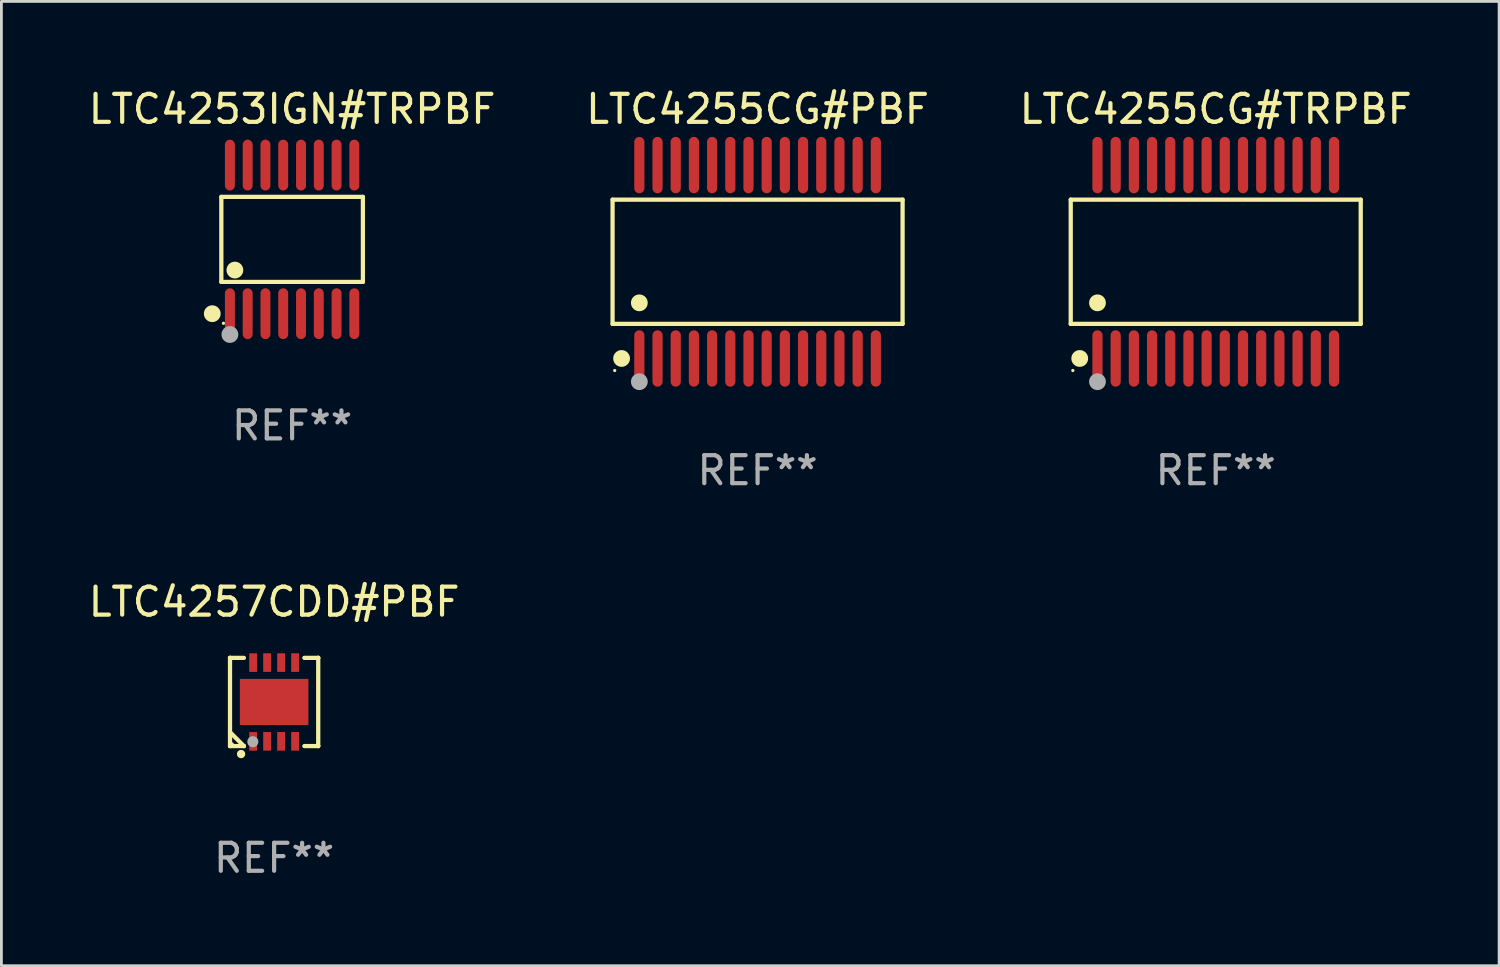
<source format=kicad_pcb>
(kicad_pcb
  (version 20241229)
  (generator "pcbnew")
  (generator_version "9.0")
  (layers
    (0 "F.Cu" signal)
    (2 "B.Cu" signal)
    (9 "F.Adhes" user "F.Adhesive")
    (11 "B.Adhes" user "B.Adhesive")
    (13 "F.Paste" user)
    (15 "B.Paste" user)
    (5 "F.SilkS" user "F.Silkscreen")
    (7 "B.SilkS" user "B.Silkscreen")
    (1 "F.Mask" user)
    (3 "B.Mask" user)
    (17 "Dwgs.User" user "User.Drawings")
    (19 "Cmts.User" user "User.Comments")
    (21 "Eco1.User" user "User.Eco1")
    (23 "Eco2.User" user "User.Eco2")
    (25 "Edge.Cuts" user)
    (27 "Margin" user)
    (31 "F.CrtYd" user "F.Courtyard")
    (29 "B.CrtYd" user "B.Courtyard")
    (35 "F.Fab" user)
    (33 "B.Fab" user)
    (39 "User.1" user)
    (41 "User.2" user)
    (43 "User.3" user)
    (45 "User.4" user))
  (footprint "LTC4257CDD#PBF"
    (layer "F.Cu")
    (at 6.744 22.031)
    (property "Reference" "LTC4257CDD#PBF" (at 0 -3.576 0) (layer "F.SilkS") (effects (font (size 1 1) (thickness 0.15))))
    (attr through_hole)
    (fp_line (start -1.576 -1.576) (end -1.576 -1.576) (stroke (width 0.152) (type solid)) (layer "F.SilkS"))
    (fp_line (start -1.576 -1.576) (end -1.08 -1.576) (stroke (width 0.152) (type solid)) (layer "F.SilkS"))
    (fp_line (start -1.576 1.576) (end -1.576 -1.576) (stroke (width 0.152) (type solid)) (layer "F.SilkS"))
    (fp_line (start -1.576 1.576) (end -1.576 1.576) (stroke (width 0.152) (type solid)) (layer "F.SilkS"))
    (fp_line (start -1.08 1.575) (end -1.576 1.079) (stroke (width 0.152) (type solid)) (layer "F.SilkS"))
    (fp_line (start -1.08 1.576) (end -1.576 1.576) (stroke (width 0.152) (type solid)) (layer "F.SilkS"))
    (fp_line (start -1.08 1.576) (end -1.08 1.575) (stroke (width 0.152) (type solid)) (layer "F.SilkS"))
    (fp_line (start 1.08 1.576) (end 1.576 1.576) (stroke (width 0.152) (type solid)) (layer "F.SilkS"))
    (fp_line (start 1.576 -1.576) (end 1.08 -1.576) (stroke (width 0.152) (type solid)) (layer "F.SilkS"))
    (fp_line (start 1.576 -1.576) (end 1.576 -1.576) (stroke (width 0.152) (type solid)) (layer "F.SilkS"))
    (fp_line (start 1.576 1.576) (end 1.576 -1.576) (stroke (width 0.152) (type solid)) (layer "F.SilkS"))
    (fp_line (start 1.576 1.576) (end 1.576 1.576) (stroke (width 0.152) (type solid)) (layer "F.SilkS"))
    (fp_circle (center -1.5 1.5) (end -1.47 1.5) (stroke (width 0.06) (type solid)) (fill no) (layer "F.SilkS"))
    (fp_circle (center -1.18 1.86) (end -1.105 1.86) (stroke (width 0.15) (type solid)) (fill no) (layer "F.SilkS"))
    (fp_circle (center -0.76 1.42) (end -0.66 1.42) (stroke (width 0.2) (type solid)) (fill no) (layer "F.Fab"))
    (fp_text user "REF**" (at 0 5.576 0) (layer "F.Fab") (effects (font (size 1 1) (thickness 0.15))))
    (pad "1" smd rect (at -0.75 1.407) (size 0.28 0.665) (layers "F.Cu" "F.Mask" "F.Paste"))
    (pad "2" smd rect (at -0.25 1.407) (size 0.28 0.665) (layers "F.Cu" "F.Mask" "F.Paste"))
    (pad "3" smd rect (at 0.25 1.407) (size 0.28 0.665) (layers "F.Cu" "F.Mask" "F.Paste"))
    (pad "4" smd rect (at 0.75 1.407) (size 0.28 0.665) (layers "F.Cu" "F.Mask" "F.Paste"))
    (pad "5" smd rect (at 0.75 -1.407) (size 0.28 0.665) (layers "F.Cu" "F.Mask" "F.Paste"))
    (pad "6" smd rect (at 0.25 -1.407) (size 0.28 0.665) (layers "F.Cu" "F.Mask" "F.Paste"))
    (pad "7" smd rect (at -0.25 -1.407) (size 0.28 0.665) (layers "F.Cu" "F.Mask" "F.Paste"))
    (pad "8" smd rect (at -0.75 -1.407) (size 0.28 0.665) (layers "F.Cu" "F.Mask" "F.Paste"))
    (pad "9" smd rect (at 0 0) (size 2.45 1.65) (layers "F.Cu" "F.Mask" "F.Paste")))
  (footprint "LTC4255CG#TRPBF"
    (layer "F.Cu")
    (at 40.387 6.303)
    (property "Reference" "LTC4255CG#TRPBF" (at 0 -5.455 0) (layer "F.SilkS") (effects (font (size 1 1) (thickness 0.15))))
    (attr through_hole)
    (fp_line (start -5.181 -2.219) (end 5.181 -2.219) (stroke (width 0.152) (type solid)) (layer "F.SilkS"))
    (fp_line (start -5.181 2.219) (end -5.181 -2.219) (stroke (width 0.152) (type solid)) (layer "F.SilkS"))
    (fp_line (start 5.181 -2.219) (end 5.181 2.219) (stroke (width 0.152) (type solid)) (layer "F.SilkS"))
    (fp_line (start 5.181 2.219) (end -5.181 2.219) (stroke (width 0.152) (type solid)) (layer "F.SilkS"))
    (fp_circle (center -5.105 3.885) (end -5.075 3.885) (stroke (width 0.06) (type solid)) (fill no) (layer "F.SilkS"))
    (fp_circle (center -4.859 3.455) (end -4.709 3.455) (stroke (width 0.3) (type solid)) (fill no) (layer "F.SilkS"))
    (fp_circle (center -4.225 1.467) (end -4.075 1.467) (stroke (width 0.3) (type solid)) (fill no) (layer "F.SilkS"))
    (fp_circle (center -4.225 4.285) (end -4.075 4.285) (stroke (width 0.3) (type solid)) (fill no) (layer "F.Fab"))
    (fp_text user "REF**" (at 0 7.455 0) (layer "F.Fab") (effects (font (size 1 1) (thickness 0.15))))
    (pad "1" smd oval (at -4.225 3.455) (size 0.364 2.015) (layers "F.Cu" "F.Mask" "F.Paste"))
    (pad "2" smd oval (at -3.575 3.455) (size 0.364 2.015) (layers "F.Cu" "F.Mask" "F.Paste"))
    (pad "3" smd oval (at -2.925 3.455) (size 0.364 2.015) (layers "F.Cu" "F.Mask" "F.Paste"))
    (pad "4" smd oval (at -2.275 3.455) (size 0.364 2.015) (layers "F.Cu" "F.Mask" "F.Paste"))
    (pad "5" smd oval (at -1.625 3.455) (size 0.364 2.015) (layers "F.Cu" "F.Mask" "F.Paste"))
    (pad "6" smd oval (at -0.975 3.455) (size 0.364 2.015) (layers "F.Cu" "F.Mask" "F.Paste"))
    (pad "7" smd oval (at -0.325 3.455) (size 0.364 2.015) (layers "F.Cu" "F.Mask" "F.Paste"))
    (pad "8" smd oval (at 0.325 3.455) (size 0.364 2.015) (layers "F.Cu" "F.Mask" "F.Paste"))
    (pad "9" smd oval (at 0.975 3.455) (size 0.364 2.015) (layers "F.Cu" "F.Mask" "F.Paste"))
    (pad "10" smd oval (at 1.625 3.455) (size 0.364 2.015) (layers "F.Cu" "F.Mask" "F.Paste"))
    (pad "11" smd oval (at 2.275 3.455) (size 0.364 2.015) (layers "F.Cu" "F.Mask" "F.Paste"))
    (pad "12" smd oval (at 2.925 3.455) (size 0.364 2.015) (layers "F.Cu" "F.Mask" "F.Paste"))
    (pad "13" smd oval (at 3.575 3.455) (size 0.364 2.015) (layers "F.Cu" "F.Mask" "F.Paste"))
    (pad "14" smd oval (at 4.225 3.455) (size 0.364 2.015) (layers "F.Cu" "F.Mask" "F.Paste"))
    (pad "15" smd oval (at 4.225 -3.455) (size 0.364 2.015) (layers "F.Cu" "F.Mask" "F.Paste"))
    (pad "16" smd oval (at 3.575 -3.455) (size 0.364 2.015) (layers "F.Cu" "F.Mask" "F.Paste"))
    (pad "17" smd oval (at 2.925 -3.455) (size 0.364 2.015) (layers "F.Cu" "F.Mask" "F.Paste"))
    (pad "18" smd oval (at 2.275 -3.455) (size 0.364 2.015) (layers "F.Cu" "F.Mask" "F.Paste"))
    (pad "19" smd oval (at 1.625 -3.455) (size 0.364 2.015) (layers "F.Cu" "F.Mask" "F.Paste"))
    (pad "20" smd oval (at 0.975 -3.455) (size 0.364 2.015) (layers "F.Cu" "F.Mask" "F.Paste"))
    (pad "21" smd oval (at 0.325 -3.455) (size 0.364 2.015) (layers "F.Cu" "F.Mask" "F.Paste"))
    (pad "22" smd oval (at -0.325 -3.455) (size 0.364 2.015) (layers "F.Cu" "F.Mask" "F.Paste"))
    (pad "23" smd oval (at -0.975 -3.455) (size 0.364 2.015) (layers "F.Cu" "F.Mask" "F.Paste"))
    (pad "24" smd oval (at -1.625 -3.455) (size 0.364 2.015) (layers "F.Cu" "F.Mask" "F.Paste"))
    (pad "25" smd oval (at -2.275 -3.455) (size 0.364 2.015) (layers "F.Cu" "F.Mask" "F.Paste"))
    (pad "26" smd oval (at -2.925 -3.455) (size 0.364 2.015) (layers "F.Cu" "F.Mask" "F.Paste"))
    (pad "27" smd oval (at -3.575 -3.455) (size 0.364 2.015) (layers "F.Cu" "F.Mask" "F.Paste"))
    (pad "28" smd oval (at -4.225 -3.455) (size 0.364 2.015) (layers "F.Cu" "F.Mask" "F.Paste")))
  (footprint "LTC4253IGN#TRPBF"
    (layer "F.Cu")
    (at 7.387 5.503)
    (property "Reference" "LTC4253IGN#TRPBF" (at 0 -4.655 0) (layer "F.SilkS") (effects (font (size 1 1) (thickness 0.15))))
    (attr through_hole)
    (fp_line (start -2.529 -1.519) (end 2.529 -1.519) (stroke (width 0.152) (type solid)) (layer "F.SilkS"))
    (fp_line (start -2.529 1.519) (end -2.529 -1.519) (stroke (width 0.152) (type solid)) (layer "F.SilkS"))
    (fp_line (start 2.529 -1.519) (end 2.529 1.519) (stroke (width 0.152) (type solid)) (layer "F.SilkS"))
    (fp_line (start 2.529 1.519) (end -2.529 1.519) (stroke (width 0.152) (type solid)) (layer "F.SilkS"))
    (fp_circle (center -2.853 2.655) (end -2.703 2.655) (stroke (width 0.3) (type solid)) (fill no) (layer "F.SilkS"))
    (fp_circle (center -2.453 2.998) (end -2.423 2.998) (stroke (width 0.06) (type solid)) (fill no) (layer "F.SilkS"))
    (fp_circle (center -2.045 1.097) (end -1.895 1.097) (stroke (width 0.3) (type solid)) (fill no) (layer "F.SilkS"))
    (fp_circle (center -2.223 3.398) (end -2.072 3.398) (stroke (width 0.3) (type solid)) (fill no) (layer "F.Fab"))
    (fp_text user "REF**" (at 0 6.655 0) (layer "F.Fab") (effects (font (size 1 1) (thickness 0.15))))
    (pad "1" smd oval (at -2.223 2.655) (size 0.356 1.815) (layers "F.Cu" "F.Mask" "F.Paste"))
    (pad "2" smd oval (at -1.588 2.655) (size 0.356 1.815) (layers "F.Cu" "F.Mask" "F.Paste"))
    (pad "3" smd oval (at -0.953 2.655) (size 0.356 1.815) (layers "F.Cu" "F.Mask" "F.Paste"))
    (pad "4" smd oval (at -0.318 2.655) (size 0.356 1.815) (layers "F.Cu" "F.Mask" "F.Paste"))
    (pad "5" smd oval (at 0.318 2.655) (size 0.356 1.815) (layers "F.Cu" "F.Mask" "F.Paste"))
    (pad "6" smd oval (at 0.953 2.655) (size 0.356 1.815) (layers "F.Cu" "F.Mask" "F.Paste"))
    (pad "7" smd oval (at 1.588 2.655) (size 0.356 1.815) (layers "F.Cu" "F.Mask" "F.Paste"))
    (pad "8" smd oval (at 2.223 2.655) (size 0.356 1.815) (layers "F.Cu" "F.Mask" "F.Paste"))
    (pad "9" smd oval (at 2.223 -2.655) (size 0.356 1.815) (layers "F.Cu" "F.Mask" "F.Paste"))
    (pad "10" smd oval (at 1.588 -2.655) (size 0.356 1.815) (layers "F.Cu" "F.Mask" "F.Paste"))
    (pad "11" smd oval (at 0.953 -2.655) (size 0.356 1.815) (layers "F.Cu" "F.Mask" "F.Paste"))
    (pad "12" smd oval (at 0.318 -2.655) (size 0.356 1.815) (layers "F.Cu" "F.Mask" "F.Paste"))
    (pad "13" smd oval (at -0.318 -2.655) (size 0.356 1.815) (layers "F.Cu" "F.Mask" "F.Paste"))
    (pad "14" smd oval (at -0.953 -2.655) (size 0.356 1.815) (layers "F.Cu" "F.Mask" "F.Paste"))
    (pad "15" smd oval (at -1.588 -2.655) (size 0.356 1.815) (layers "F.Cu" "F.Mask" "F.Paste"))
    (pad "16" smd oval (at -2.223 -2.655) (size 0.356 1.815) (layers "F.Cu" "F.Mask" "F.Paste")))
  (footprint "LTC4255CG#PBF"
    (layer "F.Cu")
    (at 24.018 6.303)
    (property "Reference" "LTC4255CG#PBF" (at 0 -5.455 0) (layer "F.SilkS") (effects (font (size 1 1) (thickness 0.15))))
    (attr through_hole)
    (fp_line (start -5.181 -2.219) (end 5.181 -2.219) (stroke (width 0.152) (type solid)) (layer "F.SilkS"))
    (fp_line (start -5.181 2.219) (end -5.181 -2.219) (stroke (width 0.152) (type solid)) (layer "F.SilkS"))
    (fp_line (start 5.181 -2.219) (end 5.181 2.219) (stroke (width 0.152) (type solid)) (layer "F.SilkS"))
    (fp_line (start 5.181 2.219) (end -5.181 2.219) (stroke (width 0.152) (type solid)) (layer "F.SilkS"))
    (fp_circle (center -5.105 3.885) (end -5.075 3.885) (stroke (width 0.06) (type solid)) (fill no) (layer "F.SilkS"))
    (fp_circle (center -4.859 3.455) (end -4.709 3.455) (stroke (width 0.3) (type solid)) (fill no) (layer "F.SilkS"))
    (fp_circle (center -4.225 1.467) (end -4.075 1.467) (stroke (width 0.3) (type solid)) (fill no) (layer "F.SilkS"))
    (fp_circle (center -4.225 4.285) (end -4.075 4.285) (stroke (width 0.3) (type solid)) (fill no) (layer "F.Fab"))
    (fp_text user "REF**" (at 0 7.455 0) (layer "F.Fab") (effects (font (size 1 1) (thickness 0.15))))
    (pad "1" smd oval (at -4.225 3.455) (size 0.364 2.015) (layers "F.Cu" "F.Mask" "F.Paste"))
    (pad "2" smd oval (at -3.575 3.455) (size 0.364 2.015) (layers "F.Cu" "F.Mask" "F.Paste"))
    (pad "3" smd oval (at -2.925 3.455) (size 0.364 2.015) (layers "F.Cu" "F.Mask" "F.Paste"))
    (pad "4" smd oval (at -2.275 3.455) (size 0.364 2.015) (layers "F.Cu" "F.Mask" "F.Paste"))
    (pad "5" smd oval (at -1.625 3.455) (size 0.364 2.015) (layers "F.Cu" "F.Mask" "F.Paste"))
    (pad "6" smd oval (at -0.975 3.455) (size 0.364 2.015) (layers "F.Cu" "F.Mask" "F.Paste"))
    (pad "7" smd oval (at -0.325 3.455) (size 0.364 2.015) (layers "F.Cu" "F.Mask" "F.Paste"))
    (pad "8" smd oval (at 0.325 3.455) (size 0.364 2.015) (layers "F.Cu" "F.Mask" "F.Paste"))
    (pad "9" smd oval (at 0.975 3.455) (size 0.364 2.015) (layers "F.Cu" "F.Mask" "F.Paste"))
    (pad "10" smd oval (at 1.625 3.455) (size 0.364 2.015) (layers "F.Cu" "F.Mask" "F.Paste"))
    (pad "11" smd oval (at 2.275 3.455) (size 0.364 2.015) (layers "F.Cu" "F.Mask" "F.Paste"))
    (pad "12" smd oval (at 2.925 3.455) (size 0.364 2.015) (layers "F.Cu" "F.Mask" "F.Paste"))
    (pad "13" smd oval (at 3.575 3.455) (size 0.364 2.015) (layers "F.Cu" "F.Mask" "F.Paste"))
    (pad "14" smd oval (at 4.225 3.455) (size 0.364 2.015) (layers "F.Cu" "F.Mask" "F.Paste"))
    (pad "15" smd oval (at 4.225 -3.455) (size 0.364 2.015) (layers "F.Cu" "F.Mask" "F.Paste"))
    (pad "16" smd oval (at 3.575 -3.455) (size 0.364 2.015) (layers "F.Cu" "F.Mask" "F.Paste"))
    (pad "17" smd oval (at 2.925 -3.455) (size 0.364 2.015) (layers "F.Cu" "F.Mask" "F.Paste"))
    (pad "18" smd oval (at 2.275 -3.455) (size 0.364 2.015) (layers "F.Cu" "F.Mask" "F.Paste"))
    (pad "19" smd oval (at 1.625 -3.455) (size 0.364 2.015) (layers "F.Cu" "F.Mask" "F.Paste"))
    (pad "20" smd oval (at 0.975 -3.455) (size 0.364 2.015) (layers "F.Cu" "F.Mask" "F.Paste"))
    (pad "21" smd oval (at 0.325 -3.455) (size 0.364 2.015) (layers "F.Cu" "F.Mask" "F.Paste"))
    (pad "22" smd oval (at -0.325 -3.455) (size 0.364 2.015) (layers "F.Cu" "F.Mask" "F.Paste"))
    (pad "23" smd oval (at -0.975 -3.455) (size 0.364 2.015) (layers "F.Cu" "F.Mask" "F.Paste"))
    (pad "24" smd oval (at -1.625 -3.455) (size 0.364 2.015) (layers "F.Cu" "F.Mask" "F.Paste"))
    (pad "25" smd oval (at -2.275 -3.455) (size 0.364 2.015) (layers "F.Cu" "F.Mask" "F.Paste"))
    (pad "26" smd oval (at -2.925 -3.455) (size 0.364 2.015) (layers "F.Cu" "F.Mask" "F.Paste"))
    (pad "27" smd oval (at -3.575 -3.455) (size 0.364 2.015) (layers "F.Cu" "F.Mask" "F.Paste"))
    (pad "28" smd oval (at -4.225 -3.455) (size 0.364 2.015) (layers "F.Cu" "F.Mask" "F.Paste")))
  (gr_rect
    (start -3 -3)
    (end 50.512 31.456)
    (stroke (width 0.1) (type default))
    (fill no)
    (layer "Edge.Cuts")))
</source>
